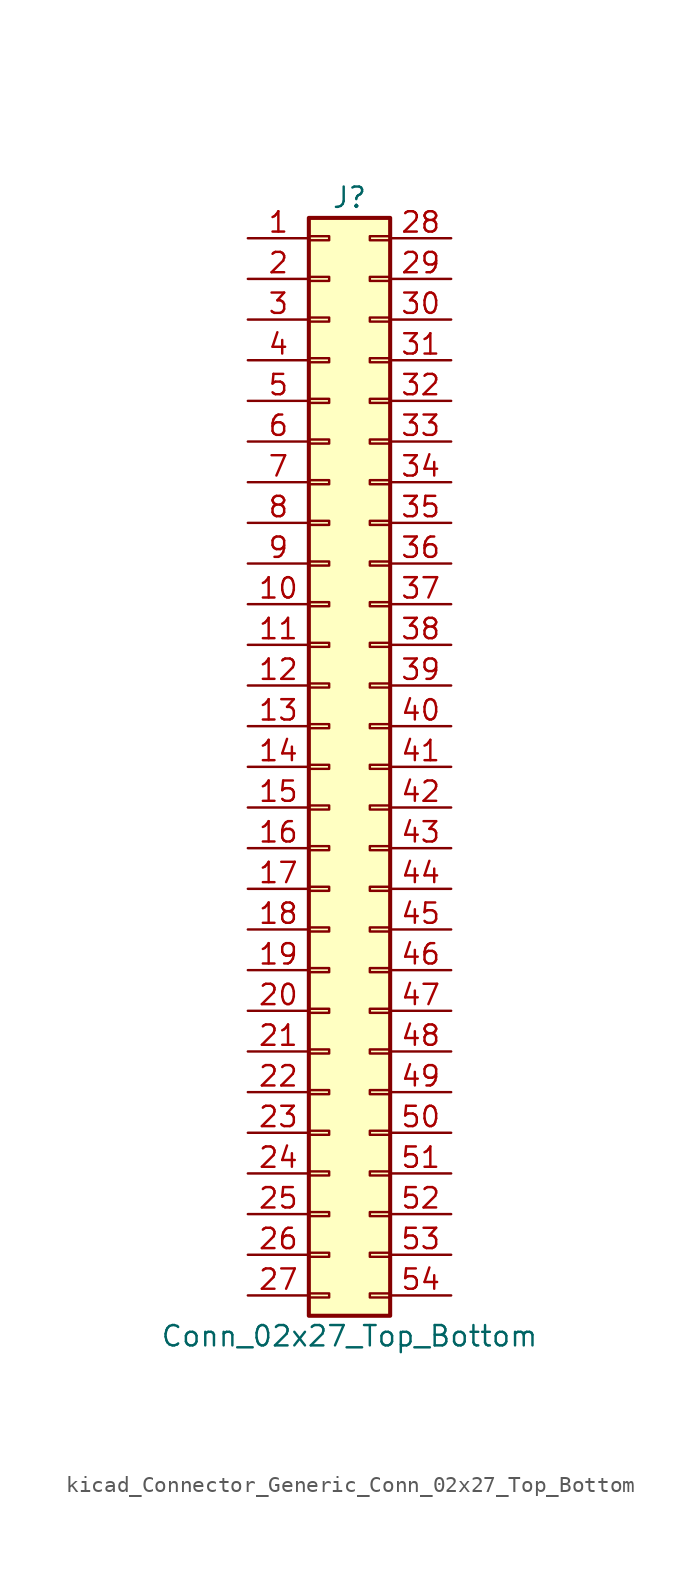
<source format=kicad_sym>
(kicad_symbol_lib
  (version 20220914)
  (generator kicad_symbol_editor)
  (symbol "kicad_Connector_Generic_Conn_02x27_Top_Bottom"
    (pin_names
      (offset 1.016) hide)
    (property "Reference" "J"
      (at 1.27 35.56 0)
      (effects (font (size 1.27 1.27))))
    (property "Value" "Conn_02x27_Top_Bottom"
      (at 1.27 -35.56 0)
      (effects (font (size 1.27 1.27))))
    (symbol "kicad_Connector_Generic_Conn_02x27_Top_Bottom_1_1"
      (rectangle (start -1.27 -32.893) (end 0 -33.147) (stroke (width 0.152) (type default)) (fill (type none)))
      (rectangle (start -1.27 -30.353) (end 0 -30.607) (stroke (width 0.152) (type default)) (fill (type none)))
      (rectangle (start -1.27 -27.813) (end 0 -28.067) (stroke (width 0.152) (type default)) (fill (type none)))
      (rectangle (start -1.27 -25.273) (end 0 -25.527) (stroke (width 0.152) (type default)) (fill (type none)))
      (rectangle (start -1.27 -22.733) (end 0 -22.987) (stroke (width 0.152) (type default)) (fill (type none)))
      (rectangle (start -1.27 -20.193) (end 0 -20.447) (stroke (width 0.152) (type default)) (fill (type none)))
      (rectangle (start -1.27 -17.653) (end 0 -17.907) (stroke (width 0.152) (type default)) (fill (type none)))
      (rectangle (start -1.27 -15.113) (end 0 -15.367) (stroke (width 0.152) (type default)) (fill (type none)))
      (rectangle (start -1.27 -12.573) (end 0 -12.827) (stroke (width 0.152) (type default)) (fill (type none)))
      (rectangle (start -1.27 -10.033) (end 0 -10.287) (stroke (width 0.152) (type default)) (fill (type none)))
      (rectangle (start -1.27 -7.493) (end 0 -7.747) (stroke (width 0.152) (type default)) (fill (type none)))
      (rectangle (start -1.27 -4.953) (end 0 -5.207) (stroke (width 0.152) (type default)) (fill (type none)))
      (rectangle (start -1.27 -2.413) (end 0 -2.667) (stroke (width 0.152) (type default)) (fill (type none)))
      (rectangle (start -1.27 0.127) (end 0 -0.127) (stroke (width 0.152) (type default)) (fill (type none)))
      (rectangle (start -1.27 2.667) (end 0 2.413) (stroke (width 0.152) (type default)) (fill (type none)))
      (rectangle (start -1.27 5.207) (end 0 4.953) (stroke (width 0.152) (type default)) (fill (type none)))
      (rectangle (start -1.27 7.747) (end 0 7.493) (stroke (width 0.152) (type default)) (fill (type none)))
      (rectangle (start -1.27 10.287) (end 0 10.033) (stroke (width 0.152) (type default)) (fill (type none)))
      (rectangle (start -1.27 12.827) (end 0 12.573) (stroke (width 0.152) (type default)) (fill (type none)))
      (rectangle (start -1.27 15.367) (end 0 15.113) (stroke (width 0.152) (type default)) (fill (type none)))
      (rectangle (start -1.27 17.907) (end 0 17.653) (stroke (width 0.152) (type default)) (fill (type none)))
      (rectangle (start -1.27 20.447) (end 0 20.193) (stroke (width 0.152) (type default)) (fill (type none)))
      (rectangle (start -1.27 22.987) (end 0 22.733) (stroke (width 0.152) (type default)) (fill (type none)))
      (rectangle (start -1.27 25.527) (end 0 25.273) (stroke (width 0.152) (type default)) (fill (type none)))
      (rectangle (start -1.27 28.067) (end 0 27.813) (stroke (width 0.152) (type default)) (fill (type none)))
      (rectangle (start -1.27 30.607) (end 0 30.353) (stroke (width 0.152) (type default)) (fill (type none)))
      (rectangle (start -1.27 33.147) (end 0 32.893) (stroke (width 0.152) (type default)) (fill (type none)))
      (rectangle (start -1.27 34.29) (end 3.81 -34.29) (stroke (width 0.254) (type default)) (fill (type background)))
      (rectangle (start 3.81 -32.893) (end 2.54 -33.147) (stroke (width 0.152) (type default)) (fill (type none)))
      (rectangle (start 3.81 -30.353) (end 2.54 -30.607) (stroke (width 0.152) (type default)) (fill (type none)))
      (rectangle (start 3.81 -27.813) (end 2.54 -28.067) (stroke (width 0.152) (type default)) (fill (type none)))
      (rectangle (start 3.81 -25.273) (end 2.54 -25.527) (stroke (width 0.152) (type default)) (fill (type none)))
      (rectangle (start 3.81 -22.733) (end 2.54 -22.987) (stroke (width 0.152) (type default)) (fill (type none)))
      (rectangle (start 3.81 -20.193) (end 2.54 -20.447) (stroke (width 0.152) (type default)) (fill (type none)))
      (rectangle (start 3.81 -17.653) (end 2.54 -17.907) (stroke (width 0.152) (type default)) (fill (type none)))
      (rectangle (start 3.81 -15.113) (end 2.54 -15.367) (stroke (width 0.152) (type default)) (fill (type none)))
      (rectangle (start 3.81 -12.573) (end 2.54 -12.827) (stroke (width 0.152) (type default)) (fill (type none)))
      (rectangle (start 3.81 -10.033) (end 2.54 -10.287) (stroke (width 0.152) (type default)) (fill (type none)))
      (rectangle (start 3.81 -7.493) (end 2.54 -7.747) (stroke (width 0.152) (type default)) (fill (type none)))
      (rectangle (start 3.81 -4.953) (end 2.54 -5.207) (stroke (width 0.152) (type default)) (fill (type none)))
      (rectangle (start 3.81 -2.413) (end 2.54 -2.667) (stroke (width 0.152) (type default)) (fill (type none)))
      (rectangle (start 3.81 0.127) (end 2.54 -0.127) (stroke (width 0.152) (type default)) (fill (type none)))
      (rectangle (start 3.81 2.667) (end 2.54 2.413) (stroke (width 0.152) (type default)) (fill (type none)))
      (rectangle (start 3.81 5.207) (end 2.54 4.953) (stroke (width 0.152) (type default)) (fill (type none)))
      (rectangle (start 3.81 7.747) (end 2.54 7.493) (stroke (width 0.152) (type default)) (fill (type none)))
      (rectangle (start 3.81 10.287) (end 2.54 10.033) (stroke (width 0.152) (type default)) (fill (type none)))
      (rectangle (start 3.81 12.827) (end 2.54 12.573) (stroke (width 0.152) (type default)) (fill (type none)))
      (rectangle (start 3.81 15.367) (end 2.54 15.113) (stroke (width 0.152) (type default)) (fill (type none)))
      (rectangle (start 3.81 17.907) (end 2.54 17.653) (stroke (width 0.152) (type default)) (fill (type none)))
      (rectangle (start 3.81 20.447) (end 2.54 20.193) (stroke (width 0.152) (type default)) (fill (type none)))
      (rectangle (start 3.81 22.987) (end 2.54 22.733) (stroke (width 0.152) (type default)) (fill (type none)))
      (rectangle (start 3.81 25.527) (end 2.54 25.273) (stroke (width 0.152) (type default)) (fill (type none)))
      (rectangle (start 3.81 28.067) (end 2.54 27.813) (stroke (width 0.152) (type default)) (fill (type none)))
      (rectangle (start 3.81 30.607) (end 2.54 30.353) (stroke (width 0.152) (type default)) (fill (type none)))
      (rectangle (start 3.81 33.147) (end 2.54 32.893) (stroke (width 0.152) (type default)) (fill (type none)))
      (pin passive line (at -5.08 33.02 0) (length 3.81) (name "Pin_1" (effects (font (size 1.27 1.27)))) (number "1" (effects (font (size 1.27 1.27)))))
      (pin passive line (at -5.08 10.16 0) (length 3.81) (name "Pin_10" (effects (font (size 1.27 1.27)))) (number "10" (effects (font (size 1.27 1.27)))))
      (pin passive line (at -5.08 7.62 0) (length 3.81) (name "Pin_11" (effects (font (size 1.27 1.27)))) (number "11" (effects (font (size 1.27 1.27)))))
      (pin passive line (at -5.08 5.08 0) (length 3.81) (name "Pin_12" (effects (font (size 1.27 1.27)))) (number "12" (effects (font (size 1.27 1.27)))))
      (pin passive line (at -5.08 2.54 0) (length 3.81) (name "Pin_13" (effects (font (size 1.27 1.27)))) (number "13" (effects (font (size 1.27 1.27)))))
      (pin passive line (at -5.08 0 0) (length 3.81) (name "Pin_14" (effects (font (size 1.27 1.27)))) (number "14" (effects (font (size 1.27 1.27)))))
      (pin passive line (at -5.08 -2.54 0) (length 3.81) (name "Pin_15" (effects (font (size 1.27 1.27)))) (number "15" (effects (font (size 1.27 1.27)))))
      (pin passive line (at -5.08 -5.08 0) (length 3.81) (name "Pin_16" (effects (font (size 1.27 1.27)))) (number "16" (effects (font (size 1.27 1.27)))))
      (pin passive line (at -5.08 -7.62 0) (length 3.81) (name "Pin_17" (effects (font (size 1.27 1.27)))) (number "17" (effects (font (size 1.27 1.27)))))
      (pin passive line (at -5.08 -10.16 0) (length 3.81) (name "Pin_18" (effects (font (size 1.27 1.27)))) (number "18" (effects (font (size 1.27 1.27)))))
      (pin passive line (at -5.08 -12.7 0) (length 3.81) (name "Pin_19" (effects (font (size 1.27 1.27)))) (number "19" (effects (font (size 1.27 1.27)))))
      (pin passive line (at -5.08 30.48 0) (length 3.81) (name "Pin_2" (effects (font (size 1.27 1.27)))) (number "2" (effects (font (size 1.27 1.27)))))
      (pin passive line (at -5.08 -15.24 0) (length 3.81) (name "Pin_20" (effects (font (size 1.27 1.27)))) (number "20" (effects (font (size 1.27 1.27)))))
      (pin passive line (at -5.08 -17.78 0) (length 3.81) (name "Pin_21" (effects (font (size 1.27 1.27)))) (number "21" (effects (font (size 1.27 1.27)))))
      (pin passive line (at -5.08 -20.32 0) (length 3.81) (name "Pin_22" (effects (font (size 1.27 1.27)))) (number "22" (effects (font (size 1.27 1.27)))))
      (pin passive line (at -5.08 -22.86 0) (length 3.81) (name "Pin_23" (effects (font (size 1.27 1.27)))) (number "23" (effects (font (size 1.27 1.27)))))
      (pin passive line (at -5.08 -25.4 0) (length 3.81) (name "Pin_24" (effects (font (size 1.27 1.27)))) (number "24" (effects (font (size 1.27 1.27)))))
      (pin passive line (at -5.08 -27.94 0) (length 3.81) (name "Pin_25" (effects (font (size 1.27 1.27)))) (number "25" (effects (font (size 1.27 1.27)))))
      (pin passive line (at -5.08 -30.48 0) (length 3.81) (name "Pin_26" (effects (font (size 1.27 1.27)))) (number "26" (effects (font (size 1.27 1.27)))))
      (pin passive line (at -5.08 -33.02 0) (length 3.81) (name "Pin_27" (effects (font (size 1.27 1.27)))) (number "27" (effects (font (size 1.27 1.27)))))
      (pin passive line (at 7.62 33.02 180) (length 3.81) (name "Pin_28" (effects (font (size 1.27 1.27)))) (number "28" (effects (font (size 1.27 1.27)))))
      (pin passive line (at 7.62 30.48 180) (length 3.81) (name "Pin_29" (effects (font (size 1.27 1.27)))) (number "29" (effects (font (size 1.27 1.27)))))
      (pin passive line (at -5.08 27.94 0) (length 3.81) (name "Pin_3" (effects (font (size 1.27 1.27)))) (number "3" (effects (font (size 1.27 1.27)))))
      (pin passive line (at 7.62 27.94 180) (length 3.81) (name "Pin_30" (effects (font (size 1.27 1.27)))) (number "30" (effects (font (size 1.27 1.27)))))
      (pin passive line (at 7.62 25.4 180) (length 3.81) (name "Pin_31" (effects (font (size 1.27 1.27)))) (number "31" (effects (font (size 1.27 1.27)))))
      (pin passive line (at 7.62 22.86 180) (length 3.81) (name "Pin_32" (effects (font (size 1.27 1.27)))) (number "32" (effects (font (size 1.27 1.27)))))
      (pin passive line (at 7.62 20.32 180) (length 3.81) (name "Pin_33" (effects (font (size 1.27 1.27)))) (number "33" (effects (font (size 1.27 1.27)))))
      (pin passive line (at 7.62 17.78 180) (length 3.81) (name "Pin_34" (effects (font (size 1.27 1.27)))) (number "34" (effects (font (size 1.27 1.27)))))
      (pin passive line (at 7.62 15.24 180) (length 3.81) (name "Pin_35" (effects (font (size 1.27 1.27)))) (number "35" (effects (font (size 1.27 1.27)))))
      (pin passive line (at 7.62 12.7 180) (length 3.81) (name "Pin_36" (effects (font (size 1.27 1.27)))) (number "36" (effects (font (size 1.27 1.27)))))
      (pin passive line (at 7.62 10.16 180) (length 3.81) (name "Pin_37" (effects (font (size 1.27 1.27)))) (number "37" (effects (font (size 1.27 1.27)))))
      (pin passive line (at 7.62 7.62 180) (length 3.81) (name "Pin_38" (effects (font (size 1.27 1.27)))) (number "38" (effects (font (size 1.27 1.27)))))
      (pin passive line (at 7.62 5.08 180) (length 3.81) (name "Pin_39" (effects (font (size 1.27 1.27)))) (number "39" (effects (font (size 1.27 1.27)))))
      (pin passive line (at -5.08 25.4 0) (length 3.81) (name "Pin_4" (effects (font (size 1.27 1.27)))) (number "4" (effects (font (size 1.27 1.27)))))
      (pin passive line (at 7.62 2.54 180) (length 3.81) (name "Pin_40" (effects (font (size 1.27 1.27)))) (number "40" (effects (font (size 1.27 1.27)))))
      (pin passive line (at 7.62 0 180) (length 3.81) (name "Pin_41" (effects (font (size 1.27 1.27)))) (number "41" (effects (font (size 1.27 1.27)))))
      (pin passive line (at 7.62 -2.54 180) (length 3.81) (name "Pin_42" (effects (font (size 1.27 1.27)))) (number "42" (effects (font (size 1.27 1.27)))))
      (pin passive line (at 7.62 -5.08 180) (length 3.81) (name "Pin_43" (effects (font (size 1.27 1.27)))) (number "43" (effects (font (size 1.27 1.27)))))
      (pin passive line (at 7.62 -7.62 180) (length 3.81) (name "Pin_44" (effects (font (size 1.27 1.27)))) (number "44" (effects (font (size 1.27 1.27)))))
      (pin passive line (at 7.62 -10.16 180) (length 3.81) (name "Pin_45" (effects (font (size 1.27 1.27)))) (number "45" (effects (font (size 1.27 1.27)))))
      (pin passive line (at 7.62 -12.7 180) (length 3.81) (name "Pin_46" (effects (font (size 1.27 1.27)))) (number "46" (effects (font (size 1.27 1.27)))))
      (pin passive line (at 7.62 -15.24 180) (length 3.81) (name "Pin_47" (effects (font (size 1.27 1.27)))) (number "47" (effects (font (size 1.27 1.27)))))
      (pin passive line (at 7.62 -17.78 180) (length 3.81) (name "Pin_48" (effects (font (size 1.27 1.27)))) (number "48" (effects (font (size 1.27 1.27)))))
      (pin passive line (at 7.62 -20.32 180) (length 3.81) (name "Pin_49" (effects (font (size 1.27 1.27)))) (number "49" (effects (font (size 1.27 1.27)))))
      (pin passive line (at -5.08 22.86 0) (length 3.81) (name "Pin_5" (effects (font (size 1.27 1.27)))) (number "5" (effects (font (size 1.27 1.27)))))
      (pin passive line (at 7.62 -22.86 180) (length 3.81) (name "Pin_50" (effects (font (size 1.27 1.27)))) (number "50" (effects (font (size 1.27 1.27)))))
      (pin passive line (at 7.62 -25.4 180) (length 3.81) (name "Pin_51" (effects (font (size 1.27 1.27)))) (number "51" (effects (font (size 1.27 1.27)))))
      (pin passive line (at 7.62 -27.94 180) (length 3.81) (name "Pin_52" (effects (font (size 1.27 1.27)))) (number "52" (effects (font (size 1.27 1.27)))))
      (pin passive line (at 7.62 -30.48 180) (length 3.81) (name "Pin_53" (effects (font (size 1.27 1.27)))) (number "53" (effects (font (size 1.27 1.27)))))
      (pin passive line (at 7.62 -33.02 180) (length 3.81) (name "Pin_54" (effects (font (size 1.27 1.27)))) (number "54" (effects (font (size 1.27 1.27)))))
      (pin passive line (at -5.08 20.32 0) (length 3.81) (name "Pin_6" (effects (font (size 1.27 1.27)))) (number "6" (effects (font (size 1.27 1.27)))))
      (pin passive line (at -5.08 17.78 0) (length 3.81) (name "Pin_7" (effects (font (size 1.27 1.27)))) (number "7" (effects (font (size 1.27 1.27)))))
      (pin passive line (at -5.08 15.24 0) (length 3.81) (name "Pin_8" (effects (font (size 1.27 1.27)))) (number "8" (effects (font (size 1.27 1.27)))))
      (pin passive line (at -5.08 12.7 0) (length 3.81) (name "Pin_9" (effects (font (size 1.27 1.27)))) (number "9" (effects (font (size 1.27 1.27))))))))
</source>
